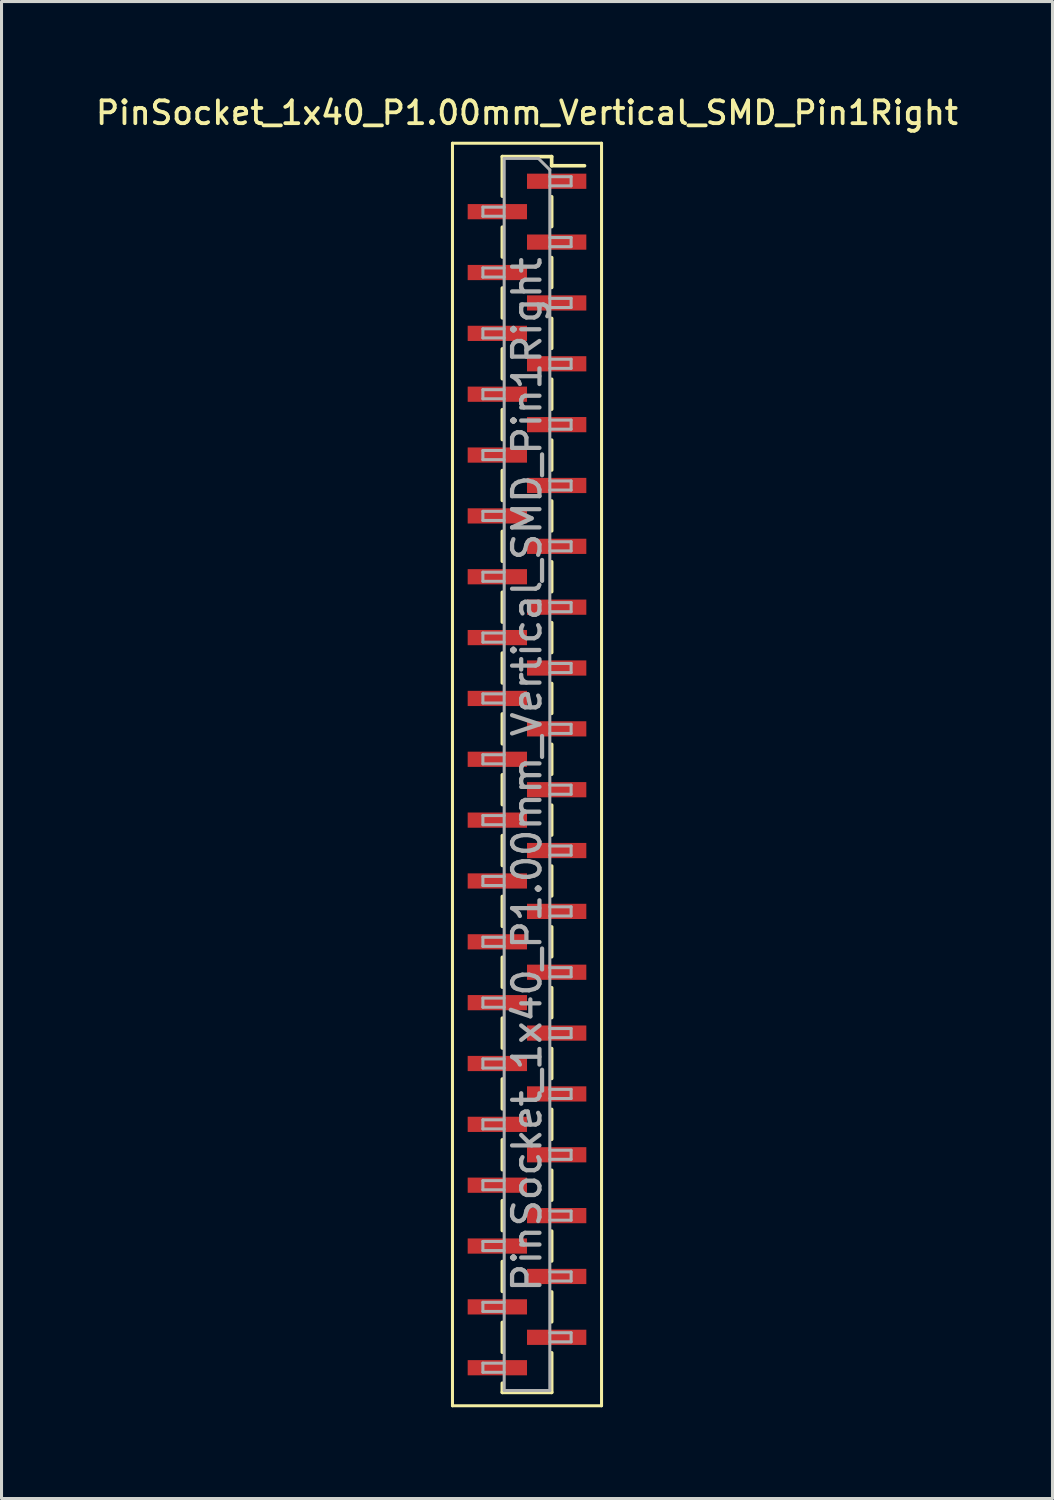
<source format=kicad_pcb>
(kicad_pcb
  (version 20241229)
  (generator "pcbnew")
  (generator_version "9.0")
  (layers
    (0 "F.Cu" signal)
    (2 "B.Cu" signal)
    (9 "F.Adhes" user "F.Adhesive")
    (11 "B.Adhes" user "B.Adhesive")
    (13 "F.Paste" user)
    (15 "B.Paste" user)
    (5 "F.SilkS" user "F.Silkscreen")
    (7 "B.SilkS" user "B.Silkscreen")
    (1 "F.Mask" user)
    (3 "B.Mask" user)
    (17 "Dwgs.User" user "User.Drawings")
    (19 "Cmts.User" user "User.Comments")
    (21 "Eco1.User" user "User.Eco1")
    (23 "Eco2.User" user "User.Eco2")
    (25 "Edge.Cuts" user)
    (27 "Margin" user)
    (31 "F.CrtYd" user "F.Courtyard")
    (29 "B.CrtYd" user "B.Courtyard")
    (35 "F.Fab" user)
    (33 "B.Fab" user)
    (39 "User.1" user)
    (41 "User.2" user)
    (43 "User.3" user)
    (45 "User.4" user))
  (footprint "PinSocket_1x40_P1.00mm_Vertical_SMD_Pin1Right"
    (layer "F.Cu")
    (at 14.273 22.408)
    (property "Reference" "PinSocket_1x40_P1.00mm_Vertical_SMD_Pin1Right" (at 0 -21.75 0) (layer "F.SilkS") (effects (font (size 0.75 0.75) (thickness 0.125))))
    (attr smd)
    (fp_line (start -2.45 -20.75) (end 2.45 -20.75) (stroke (width 0.1) (type solid)) (layer "F.SilkS"))
    (fp_line (start -2.45 20.75) (end -2.45 -20.75) (stroke (width 0.1) (type solid)) (layer "F.SilkS"))
    (fp_line (start -0.81 -20.31) (end -0.81 -19.01) (stroke (width 0.12) (type solid)) (layer "F.SilkS"))
    (fp_line (start -0.81 -20.31) (end 0.81 -20.31) (stroke (width 0.12) (type solid)) (layer "F.SilkS"))
    (fp_line (start -0.81 -17.99) (end -0.81 -17.01) (stroke (width 0.12) (type solid)) (layer "F.SilkS"))
    (fp_line (start -0.81 -15.99) (end -0.81 -15.01) (stroke (width 0.12) (type solid)) (layer "F.SilkS"))
    (fp_line (start -0.81 -13.99) (end -0.81 -13.01) (stroke (width 0.12) (type solid)) (layer "F.SilkS"))
    (fp_line (start -0.81 -11.99) (end -0.81 -11.01) (stroke (width 0.12) (type solid)) (layer "F.SilkS"))
    (fp_line (start -0.81 -9.99) (end -0.81 -9.01) (stroke (width 0.12) (type solid)) (layer "F.SilkS"))
    (fp_line (start -0.81 -7.99) (end -0.81 -7.01) (stroke (width 0.12) (type solid)) (layer "F.SilkS"))
    (fp_line (start -0.81 -5.99) (end -0.81 -5.01) (stroke (width 0.12) (type solid)) (layer "F.SilkS"))
    (fp_line (start -0.81 -3.99) (end -0.81 -3.01) (stroke (width 0.12) (type solid)) (layer "F.SilkS"))
    (fp_line (start -0.81 -1.99) (end -0.81 -1.01) (stroke (width 0.12) (type solid)) (layer "F.SilkS"))
    (fp_line (start -0.81 0.01) (end -0.81 0.99) (stroke (width 0.12) (type solid)) (layer "F.SilkS"))
    (fp_line (start -0.81 2.01) (end -0.81 2.99) (stroke (width 0.12) (type solid)) (layer "F.SilkS"))
    (fp_line (start -0.81 4.01) (end -0.81 4.99) (stroke (width 0.12) (type solid)) (layer "F.SilkS"))
    (fp_line (start -0.81 6.01) (end -0.81 6.99) (stroke (width 0.12) (type solid)) (layer "F.SilkS"))
    (fp_line (start -0.81 8.01) (end -0.81 8.99) (stroke (width 0.12) (type solid)) (layer "F.SilkS"))
    (fp_line (start -0.81 10.01) (end -0.81 10.99) (stroke (width 0.12) (type solid)) (layer "F.SilkS"))
    (fp_line (start -0.81 12.01) (end -0.81 12.99) (stroke (width 0.12) (type solid)) (layer "F.SilkS"))
    (fp_line (start -0.81 14.01) (end -0.81 14.99) (stroke (width 0.12) (type solid)) (layer "F.SilkS"))
    (fp_line (start -0.81 16.01) (end -0.81 16.99) (stroke (width 0.12) (type solid)) (layer "F.SilkS"))
    (fp_line (start -0.81 18.01) (end -0.81 18.99) (stroke (width 0.12) (type solid)) (layer "F.SilkS"))
    (fp_line (start -0.81 20.01) (end -0.81 20.31) (stroke (width 0.12) (type solid)) (layer "F.SilkS"))
    (fp_line (start -0.81 20.31) (end 0.81 20.31) (stroke (width 0.12) (type solid)) (layer "F.SilkS"))
    (fp_line (start 0.81 -20.31) (end 0.81 -20.01) (stroke (width 0.12) (type solid)) (layer "F.SilkS"))
    (fp_line (start 0.81 -20.01) (end 1.89 -20.01) (stroke (width 0.12) (type solid)) (layer "F.SilkS"))
    (fp_line (start 0.81 -18.99) (end 0.81 -18.01) (stroke (width 0.12) (type solid)) (layer "F.SilkS"))
    (fp_line (start 0.81 -16.99) (end 0.81 -16.01) (stroke (width 0.12) (type solid)) (layer "F.SilkS"))
    (fp_line (start 0.81 -14.99) (end 0.81 -14.01) (stroke (width 0.12) (type solid)) (layer "F.SilkS"))
    (fp_line (start 0.81 -12.99) (end 0.81 -12.01) (stroke (width 0.12) (type solid)) (layer "F.SilkS"))
    (fp_line (start 0.81 -10.99) (end 0.81 -10.01) (stroke (width 0.12) (type solid)) (layer "F.SilkS"))
    (fp_line (start 0.81 -8.99) (end 0.81 -8.01) (stroke (width 0.12) (type solid)) (layer "F.SilkS"))
    (fp_line (start 0.81 -6.99) (end 0.81 -6.01) (stroke (width 0.12) (type solid)) (layer "F.SilkS"))
    (fp_line (start 0.81 -4.99) (end 0.81 -4.01) (stroke (width 0.12) (type solid)) (layer "F.SilkS"))
    (fp_line (start 0.81 -2.99) (end 0.81 -2.01) (stroke (width 0.12) (type solid)) (layer "F.SilkS"))
    (fp_line (start 0.81 -0.99) (end 0.81 -0.01) (stroke (width 0.12) (type solid)) (layer "F.SilkS"))
    (fp_line (start 0.81 1.01) (end 0.81 1.99) (stroke (width 0.12) (type solid)) (layer "F.SilkS"))
    (fp_line (start 0.81 3.01) (end 0.81 3.99) (stroke (width 0.12) (type solid)) (layer "F.SilkS"))
    (fp_line (start 0.81 5.01) (end 0.81 5.99) (stroke (width 0.12) (type solid)) (layer "F.SilkS"))
    (fp_line (start 0.81 7.01) (end 0.81 7.99) (stroke (width 0.12) (type solid)) (layer "F.SilkS"))
    (fp_line (start 0.81 9.01) (end 0.81 9.99) (stroke (width 0.12) (type solid)) (layer "F.SilkS"))
    (fp_line (start 0.81 11.01) (end 0.81 11.99) (stroke (width 0.12) (type solid)) (layer "F.SilkS"))
    (fp_line (start 0.81 13.01) (end 0.81 13.99) (stroke (width 0.12) (type solid)) (layer "F.SilkS"))
    (fp_line (start 0.81 15.01) (end 0.81 15.99) (stroke (width 0.12) (type solid)) (layer "F.SilkS"))
    (fp_line (start 0.81 17.01) (end 0.81 17.99) (stroke (width 0.12) (type solid)) (layer "F.SilkS"))
    (fp_line (start 0.81 19.01) (end 0.81 20.31) (stroke (width 0.12) (type solid)) (layer "F.SilkS"))
    (fp_line (start 2.45 -20.75) (end 2.45 20.75) (stroke (width 0.1) (type solid)) (layer "F.SilkS"))
    (fp_line (start 2.45 20.75) (end -2.45 20.75) (stroke (width 0.1) (type solid)) (layer "F.SilkS"))
    (fp_line (start -1.45 -18.65) (end -0.75 -18.65) (stroke (width 0.1) (type solid)) (layer "F.Fab"))
    (fp_line (start -1.45 -18.35) (end -1.45 -18.65) (stroke (width 0.1) (type solid)) (layer "F.Fab"))
    (fp_line (start -1.45 -16.65) (end -0.75 -16.65) (stroke (width 0.1) (type solid)) (layer "F.Fab"))
    (fp_line (start -1.45 -16.35) (end -1.45 -16.65) (stroke (width 0.1) (type solid)) (layer "F.Fab"))
    (fp_line (start -1.45 -14.65) (end -0.75 -14.65) (stroke (width 0.1) (type solid)) (layer "F.Fab"))
    (fp_line (start -1.45 -14.35) (end -1.45 -14.65) (stroke (width 0.1) (type solid)) (layer "F.Fab"))
    (fp_line (start -1.45 -12.65) (end -0.75 -12.65) (stroke (width 0.1) (type solid)) (layer "F.Fab"))
    (fp_line (start -1.45 -12.35) (end -1.45 -12.65) (stroke (width 0.1) (type solid)) (layer "F.Fab"))
    (fp_line (start -1.45 -10.65) (end -0.75 -10.65) (stroke (width 0.1) (type solid)) (layer "F.Fab"))
    (fp_line (start -1.45 -10.35) (end -1.45 -10.65) (stroke (width 0.1) (type solid)) (layer "F.Fab"))
    (fp_line (start -1.45 -8.65) (end -0.75 -8.65) (stroke (width 0.1) (type solid)) (layer "F.Fab"))
    (fp_line (start -1.45 -8.35) (end -1.45 -8.65) (stroke (width 0.1) (type solid)) (layer "F.Fab"))
    (fp_line (start -1.45 -6.65) (end -0.75 -6.65) (stroke (width 0.1) (type solid)) (layer "F.Fab"))
    (fp_line (start -1.45 -6.35) (end -1.45 -6.65) (stroke (width 0.1) (type solid)) (layer "F.Fab"))
    (fp_line (start -1.45 -4.65) (end -0.75 -4.65) (stroke (width 0.1) (type solid)) (layer "F.Fab"))
    (fp_line (start -1.45 -4.35) (end -1.45 -4.65) (stroke (width 0.1) (type solid)) (layer "F.Fab"))
    (fp_line (start -1.45 -2.65) (end -0.75 -2.65) (stroke (width 0.1) (type solid)) (layer "F.Fab"))
    (fp_line (start -1.45 -2.35) (end -1.45 -2.65) (stroke (width 0.1) (type solid)) (layer "F.Fab"))
    (fp_line (start -1.45 -0.65) (end -0.75 -0.65) (stroke (width 0.1) (type solid)) (layer "F.Fab"))
    (fp_line (start -1.45 -0.35) (end -1.45 -0.65) (stroke (width 0.1) (type solid)) (layer "F.Fab"))
    (fp_line (start -1.45 1.35) (end -0.75 1.35) (stroke (width 0.1) (type solid)) (layer "F.Fab"))
    (fp_line (start -1.45 1.65) (end -1.45 1.35) (stroke (width 0.1) (type solid)) (layer "F.Fab"))
    (fp_line (start -1.45 3.35) (end -0.75 3.35) (stroke (width 0.1) (type solid)) (layer "F.Fab"))
    (fp_line (start -1.45 3.65) (end -1.45 3.35) (stroke (width 0.1) (type solid)) (layer "F.Fab"))
    (fp_line (start -1.45 5.35) (end -0.75 5.35) (stroke (width 0.1) (type solid)) (layer "F.Fab"))
    (fp_line (start -1.45 5.65) (end -1.45 5.35) (stroke (width 0.1) (type solid)) (layer "F.Fab"))
    (fp_line (start -1.45 7.35) (end -0.75 7.35) (stroke (width 0.1) (type solid)) (layer "F.Fab"))
    (fp_line (start -1.45 7.65) (end -1.45 7.35) (stroke (width 0.1) (type solid)) (layer "F.Fab"))
    (fp_line (start -1.45 9.35) (end -0.75 9.35) (stroke (width 0.1) (type solid)) (layer "F.Fab"))
    (fp_line (start -1.45 9.65) (end -1.45 9.35) (stroke (width 0.1) (type solid)) (layer "F.Fab"))
    (fp_line (start -1.45 11.35) (end -0.75 11.35) (stroke (width 0.1) (type solid)) (layer "F.Fab"))
    (fp_line (start -1.45 11.65) (end -1.45 11.35) (stroke (width 0.1) (type solid)) (layer "F.Fab"))
    (fp_line (start -1.45 13.35) (end -0.75 13.35) (stroke (width 0.1) (type solid)) (layer "F.Fab"))
    (fp_line (start -1.45 13.65) (end -1.45 13.35) (stroke (width 0.1) (type solid)) (layer "F.Fab"))
    (fp_line (start -1.45 15.35) (end -0.75 15.35) (stroke (width 0.1) (type solid)) (layer "F.Fab"))
    (fp_line (start -1.45 15.65) (end -1.45 15.35) (stroke (width 0.1) (type solid)) (layer "F.Fab"))
    (fp_line (start -1.45 17.35) (end -0.75 17.35) (stroke (width 0.1) (type solid)) (layer "F.Fab"))
    (fp_line (start -1.45 17.65) (end -1.45 17.35) (stroke (width 0.1) (type solid)) (layer "F.Fab"))
    (fp_line (start -1.45 19.35) (end -0.75 19.35) (stroke (width 0.1) (type solid)) (layer "F.Fab"))
    (fp_line (start -1.45 19.65) (end -1.45 19.35) (stroke (width 0.1) (type solid)) (layer "F.Fab"))
    (fp_line (start -0.75 -20.25) (end 0.375 -20.25) (stroke (width 0.1) (type solid)) (layer "F.Fab"))
    (fp_line (start -0.75 -18.35) (end -1.45 -18.35) (stroke (width 0.1) (type solid)) (layer "F.Fab"))
    (fp_line (start -0.75 -16.35) (end -1.45 -16.35) (stroke (width 0.1) (type solid)) (layer "F.Fab"))
    (fp_line (start -0.75 -14.35) (end -1.45 -14.35) (stroke (width 0.1) (type solid)) (layer "F.Fab"))
    (fp_line (start -0.75 -12.35) (end -1.45 -12.35) (stroke (width 0.1) (type solid)) (layer "F.Fab"))
    (fp_line (start -0.75 -10.35) (end -1.45 -10.35) (stroke (width 0.1) (type solid)) (layer "F.Fab"))
    (fp_line (start -0.75 -8.35) (end -1.45 -8.35) (stroke (width 0.1) (type solid)) (layer "F.Fab"))
    (fp_line (start -0.75 -6.35) (end -1.45 -6.35) (stroke (width 0.1) (type solid)) (layer "F.Fab"))
    (fp_line (start -0.75 -4.35) (end -1.45 -4.35) (stroke (width 0.1) (type solid)) (layer "F.Fab"))
    (fp_line (start -0.75 -2.35) (end -1.45 -2.35) (stroke (width 0.1) (type solid)) (layer "F.Fab"))
    (fp_line (start -0.75 -0.35) (end -1.45 -0.35) (stroke (width 0.1) (type solid)) (layer "F.Fab"))
    (fp_line (start -0.75 1.65) (end -1.45 1.65) (stroke (width 0.1) (type solid)) (layer "F.Fab"))
    (fp_line (start -0.75 3.65) (end -1.45 3.65) (stroke (width 0.1) (type solid)) (layer "F.Fab"))
    (fp_line (start -0.75 5.65) (end -1.45 5.65) (stroke (width 0.1) (type solid)) (layer "F.Fab"))
    (fp_line (start -0.75 7.65) (end -1.45 7.65) (stroke (width 0.1) (type solid)) (layer "F.Fab"))
    (fp_line (start -0.75 9.65) (end -1.45 9.65) (stroke (width 0.1) (type solid)) (layer "F.Fab"))
    (fp_line (start -0.75 11.65) (end -1.45 11.65) (stroke (width 0.1) (type solid)) (layer "F.Fab"))
    (fp_line (start -0.75 13.65) (end -1.45 13.65) (stroke (width 0.1) (type solid)) (layer "F.Fab"))
    (fp_line (start -0.75 15.65) (end -1.45 15.65) (stroke (width 0.1) (type solid)) (layer "F.Fab"))
    (fp_line (start -0.75 17.65) (end -1.45 17.65) (stroke (width 0.1) (type solid)) (layer "F.Fab"))
    (fp_line (start -0.75 19.65) (end -1.45 19.65) (stroke (width 0.1) (type solid)) (layer "F.Fab"))
    (fp_line (start -0.75 20.25) (end -0.75 -20.25) (stroke (width 0.1) (type solid)) (layer "F.Fab"))
    (fp_line (start 0.375 -20.25) (end 0.75 -19.875) (stroke (width 0.1) (type solid)) (layer "F.Fab"))
    (fp_line (start 0.75 -19.875) (end 0.75 20.25) (stroke (width 0.1) (type solid)) (layer "F.Fab"))
    (fp_line (start 0.75 -19.65) (end 1.45 -19.65) (stroke (width 0.1) (type solid)) (layer "F.Fab"))
    (fp_line (start 0.75 -17.65) (end 1.45 -17.65) (stroke (width 0.1) (type solid)) (layer "F.Fab"))
    (fp_line (start 0.75 -15.65) (end 1.45 -15.65) (stroke (width 0.1) (type solid)) (layer "F.Fab"))
    (fp_line (start 0.75 -13.65) (end 1.45 -13.65) (stroke (width 0.1) (type solid)) (layer "F.Fab"))
    (fp_line (start 0.75 -11.65) (end 1.45 -11.65) (stroke (width 0.1) (type solid)) (layer "F.Fab"))
    (fp_line (start 0.75 -9.65) (end 1.45 -9.65) (stroke (width 0.1) (type solid)) (layer "F.Fab"))
    (fp_line (start 0.75 -7.65) (end 1.45 -7.65) (stroke (width 0.1) (type solid)) (layer "F.Fab"))
    (fp_line (start 0.75 -5.65) (end 1.45 -5.65) (stroke (width 0.1) (type solid)) (layer "F.Fab"))
    (fp_line (start 0.75 -3.65) (end 1.45 -3.65) (stroke (width 0.1) (type solid)) (layer "F.Fab"))
    (fp_line (start 0.75 -1.65) (end 1.45 -1.65) (stroke (width 0.1) (type solid)) (layer "F.Fab"))
    (fp_line (start 0.75 0.35) (end 1.45 0.35) (stroke (width 0.1) (type solid)) (layer "F.Fab"))
    (fp_line (start 0.75 2.35) (end 1.45 2.35) (stroke (width 0.1) (type solid)) (layer "F.Fab"))
    (fp_line (start 0.75 4.35) (end 1.45 4.35) (stroke (width 0.1) (type solid)) (layer "F.Fab"))
    (fp_line (start 0.75 6.35) (end 1.45 6.35) (stroke (width 0.1) (type solid)) (layer "F.Fab"))
    (fp_line (start 0.75 8.35) (end 1.45 8.35) (stroke (width 0.1) (type solid)) (layer "F.Fab"))
    (fp_line (start 0.75 10.35) (end 1.45 10.35) (stroke (width 0.1) (type solid)) (layer "F.Fab"))
    (fp_line (start 0.75 12.35) (end 1.45 12.35) (stroke (width 0.1) (type solid)) (layer "F.Fab"))
    (fp_line (start 0.75 14.35) (end 1.45 14.35) (stroke (width 0.1) (type solid)) (layer "F.Fab"))
    (fp_line (start 0.75 16.35) (end 1.45 16.35) (stroke (width 0.1) (type solid)) (layer "F.Fab"))
    (fp_line (start 0.75 18.35) (end 1.45 18.35) (stroke (width 0.1) (type solid)) (layer "F.Fab"))
    (fp_line (start 0.75 20.25) (end -0.75 20.25) (stroke (width 0.1) (type solid)) (layer "F.Fab"))
    (fp_line (start 1.45 -19.65) (end 1.45 -19.35) (stroke (width 0.1) (type solid)) (layer "F.Fab"))
    (fp_line (start 1.45 -19.35) (end 0.75 -19.35) (stroke (width 0.1) (type solid)) (layer "F.Fab"))
    (fp_line (start 1.45 -17.65) (end 1.45 -17.35) (stroke (width 0.1) (type solid)) (layer "F.Fab"))
    (fp_line (start 1.45 -17.35) (end 0.75 -17.35) (stroke (width 0.1) (type solid)) (layer "F.Fab"))
    (fp_line (start 1.45 -15.65) (end 1.45 -15.35) (stroke (width 0.1) (type solid)) (layer "F.Fab"))
    (fp_line (start 1.45 -15.35) (end 0.75 -15.35) (stroke (width 0.1) (type solid)) (layer "F.Fab"))
    (fp_line (start 1.45 -13.65) (end 1.45 -13.35) (stroke (width 0.1) (type solid)) (layer "F.Fab"))
    (fp_line (start 1.45 -13.35) (end 0.75 -13.35) (stroke (width 0.1) (type solid)) (layer "F.Fab"))
    (fp_line (start 1.45 -11.65) (end 1.45 -11.35) (stroke (width 0.1) (type solid)) (layer "F.Fab"))
    (fp_line (start 1.45 -11.35) (end 0.75 -11.35) (stroke (width 0.1) (type solid)) (layer "F.Fab"))
    (fp_line (start 1.45 -9.65) (end 1.45 -9.35) (stroke (width 0.1) (type solid)) (layer "F.Fab"))
    (fp_line (start 1.45 -9.35) (end 0.75 -9.35) (stroke (width 0.1) (type solid)) (layer "F.Fab"))
    (fp_line (start 1.45 -7.65) (end 1.45 -7.35) (stroke (width 0.1) (type solid)) (layer "F.Fab"))
    (fp_line (start 1.45 -7.35) (end 0.75 -7.35) (stroke (width 0.1) (type solid)) (layer "F.Fab"))
    (fp_line (start 1.45 -5.65) (end 1.45 -5.35) (stroke (width 0.1) (type solid)) (layer "F.Fab"))
    (fp_line (start 1.45 -5.35) (end 0.75 -5.35) (stroke (width 0.1) (type solid)) (layer "F.Fab"))
    (fp_line (start 1.45 -3.65) (end 1.45 -3.35) (stroke (width 0.1) (type solid)) (layer "F.Fab"))
    (fp_line (start 1.45 -3.35) (end 0.75 -3.35) (stroke (width 0.1) (type solid)) (layer "F.Fab"))
    (fp_line (start 1.45 -1.65) (end 1.45 -1.35) (stroke (width 0.1) (type solid)) (layer "F.Fab"))
    (fp_line (start 1.45 -1.35) (end 0.75 -1.35) (stroke (width 0.1) (type solid)) (layer "F.Fab"))
    (fp_line (start 1.45 0.35) (end 1.45 0.65) (stroke (width 0.1) (type solid)) (layer "F.Fab"))
    (fp_line (start 1.45 0.65) (end 0.75 0.65) (stroke (width 0.1) (type solid)) (layer "F.Fab"))
    (fp_line (start 1.45 2.35) (end 1.45 2.65) (stroke (width 0.1) (type solid)) (layer "F.Fab"))
    (fp_line (start 1.45 2.65) (end 0.75 2.65) (stroke (width 0.1) (type solid)) (layer "F.Fab"))
    (fp_line (start 1.45 4.35) (end 1.45 4.65) (stroke (width 0.1) (type solid)) (layer "F.Fab"))
    (fp_line (start 1.45 4.65) (end 0.75 4.65) (stroke (width 0.1) (type solid)) (layer "F.Fab"))
    (fp_line (start 1.45 6.35) (end 1.45 6.65) (stroke (width 0.1) (type solid)) (layer "F.Fab"))
    (fp_line (start 1.45 6.65) (end 0.75 6.65) (stroke (width 0.1) (type solid)) (layer "F.Fab"))
    (fp_line (start 1.45 8.35) (end 1.45 8.65) (stroke (width 0.1) (type solid)) (layer "F.Fab"))
    (fp_line (start 1.45 8.65) (end 0.75 8.65) (stroke (width 0.1) (type solid)) (layer "F.Fab"))
    (fp_line (start 1.45 10.35) (end 1.45 10.65) (stroke (width 0.1) (type solid)) (layer "F.Fab"))
    (fp_line (start 1.45 10.65) (end 0.75 10.65) (stroke (width 0.1) (type solid)) (layer "F.Fab"))
    (fp_line (start 1.45 12.35) (end 1.45 12.65) (stroke (width 0.1) (type solid)) (layer "F.Fab"))
    (fp_line (start 1.45 12.65) (end 0.75 12.65) (stroke (width 0.1) (type solid)) (layer "F.Fab"))
    (fp_line (start 1.45 14.35) (end 1.45 14.65) (stroke (width 0.1) (type solid)) (layer "F.Fab"))
    (fp_line (start 1.45 14.65) (end 0.75 14.65) (stroke (width 0.1) (type solid)) (layer "F.Fab"))
    (fp_line (start 1.45 16.35) (end 1.45 16.65) (stroke (width 0.1) (type solid)) (layer "F.Fab"))
    (fp_line (start 1.45 16.65) (end 0.75 16.65) (stroke (width 0.1) (type solid)) (layer "F.Fab"))
    (fp_line (start 1.45 18.35) (end 1.45 18.65) (stroke (width 0.1) (type solid)) (layer "F.Fab"))
    (fp_line (start 1.45 18.65) (end 0.75 18.65) (stroke (width 0.1) (type solid)) (layer "F.Fab"))
    (fp_text user "${REFERENCE}" (at 0 0 90) (layer "F.Fab") (effects (font (size 0.9 0.9) (thickness 0.14))))
    (pad "1" smd rect (at 0.975 -19.5) (size 1.95 0.5) (layers "F.Cu" "F.Mask" "F.Paste"))
    (pad "2" smd rect (at -0.975 -18.5) (size 1.95 0.5) (layers "F.Cu" "F.Mask" "F.Paste"))
    (pad "3" smd rect (at 0.975 -17.5) (size 1.95 0.5) (layers "F.Cu" "F.Mask" "F.Paste"))
    (pad "4" smd rect (at -0.975 -16.5) (size 1.95 0.5) (layers "F.Cu" "F.Mask" "F.Paste"))
    (pad "5" smd rect (at 0.975 -15.5) (size 1.95 0.5) (layers "F.Cu" "F.Mask" "F.Paste"))
    (pad "6" smd rect (at -0.975 -14.5) (size 1.95 0.5) (layers "F.Cu" "F.Mask" "F.Paste"))
    (pad "7" smd rect (at 0.975 -13.5) (size 1.95 0.5) (layers "F.Cu" "F.Mask" "F.Paste"))
    (pad "8" smd rect (at -0.975 -12.5) (size 1.95 0.5) (layers "F.Cu" "F.Mask" "F.Paste"))
    (pad "9" smd rect (at 0.975 -11.5) (size 1.95 0.5) (layers "F.Cu" "F.Mask" "F.Paste"))
    (pad "10" smd rect (at -0.975 -10.5) (size 1.95 0.5) (layers "F.Cu" "F.Mask" "F.Paste"))
    (pad "11" smd rect (at 0.975 -9.5) (size 1.95 0.5) (layers "F.Cu" "F.Mask" "F.Paste"))
    (pad "12" smd rect (at -0.975 -8.5) (size 1.95 0.5) (layers "F.Cu" "F.Mask" "F.Paste"))
    (pad "13" smd rect (at 0.975 -7.5) (size 1.95 0.5) (layers "F.Cu" "F.Mask" "F.Paste"))
    (pad "14" smd rect (at -0.975 -6.5) (size 1.95 0.5) (layers "F.Cu" "F.Mask" "F.Paste"))
    (pad "15" smd rect (at 0.975 -5.5) (size 1.95 0.5) (layers "F.Cu" "F.Mask" "F.Paste"))
    (pad "16" smd rect (at -0.975 -4.5) (size 1.95 0.5) (layers "F.Cu" "F.Mask" "F.Paste"))
    (pad "17" smd rect (at 0.975 -3.5) (size 1.95 0.5) (layers "F.Cu" "F.Mask" "F.Paste"))
    (pad "18" smd rect (at -0.975 -2.5) (size 1.95 0.5) (layers "F.Cu" "F.Mask" "F.Paste"))
    (pad "19" smd rect (at 0.975 -1.5) (size 1.95 0.5) (layers "F.Cu" "F.Mask" "F.Paste"))
    (pad "20" smd rect (at -0.975 -0.5) (size 1.95 0.5) (layers "F.Cu" "F.Mask" "F.Paste"))
    (pad "21" smd rect (at 0.975 0.5) (size 1.95 0.5) (layers "F.Cu" "F.Mask" "F.Paste"))
    (pad "22" smd rect (at -0.975 1.5) (size 1.95 0.5) (layers "F.Cu" "F.Mask" "F.Paste"))
    (pad "23" smd rect (at 0.975 2.5) (size 1.95 0.5) (layers "F.Cu" "F.Mask" "F.Paste"))
    (pad "24" smd rect (at -0.975 3.5) (size 1.95 0.5) (layers "F.Cu" "F.Mask" "F.Paste"))
    (pad "25" smd rect (at 0.975 4.5) (size 1.95 0.5) (layers "F.Cu" "F.Mask" "F.Paste"))
    (pad "26" smd rect (at -0.975 5.5) (size 1.95 0.5) (layers "F.Cu" "F.Mask" "F.Paste"))
    (pad "27" smd rect (at 0.975 6.5) (size 1.95 0.5) (layers "F.Cu" "F.Mask" "F.Paste"))
    (pad "28" smd rect (at -0.975 7.5) (size 1.95 0.5) (layers "F.Cu" "F.Mask" "F.Paste"))
    (pad "29" smd rect (at 0.975 8.5) (size 1.95 0.5) (layers "F.Cu" "F.Mask" "F.Paste"))
    (pad "30" smd rect (at -0.975 9.5) (size 1.95 0.5) (layers "F.Cu" "F.Mask" "F.Paste"))
    (pad "31" smd rect (at 0.975 10.5) (size 1.95 0.5) (layers "F.Cu" "F.Mask" "F.Paste"))
    (pad "32" smd rect (at -0.975 11.5) (size 1.95 0.5) (layers "F.Cu" "F.Mask" "F.Paste"))
    (pad "33" smd rect (at 0.975 12.5) (size 1.95 0.5) (layers "F.Cu" "F.Mask" "F.Paste"))
    (pad "34" smd rect (at -0.975 13.5) (size 1.95 0.5) (layers "F.Cu" "F.Mask" "F.Paste"))
    (pad "35" smd rect (at 0.975 14.5) (size 1.95 0.5) (layers "F.Cu" "F.Mask" "F.Paste"))
    (pad "36" smd rect (at -0.975 15.5) (size 1.95 0.5) (layers "F.Cu" "F.Mask" "F.Paste"))
    (pad "37" smd rect (at 0.975 16.5) (size 1.95 0.5) (layers "F.Cu" "F.Mask" "F.Paste"))
    (pad "38" smd rect (at -0.975 17.5) (size 1.95 0.5) (layers "F.Cu" "F.Mask" "F.Paste"))
    (pad "39" smd rect (at 0.975 18.5) (size 1.95 0.5) (layers "F.Cu" "F.Mask" "F.Paste"))
    (pad "40" smd rect (at -0.975 19.5) (size 1.95 0.5) (layers "F.Cu" "F.Mask" "F.Paste")))
  (gr_rect
    (start -3 -3)
    (end 31.546 46.208)
    (stroke (width 0.1) (type default))
    (fill no)
    (layer "Edge.Cuts")))
</source>
